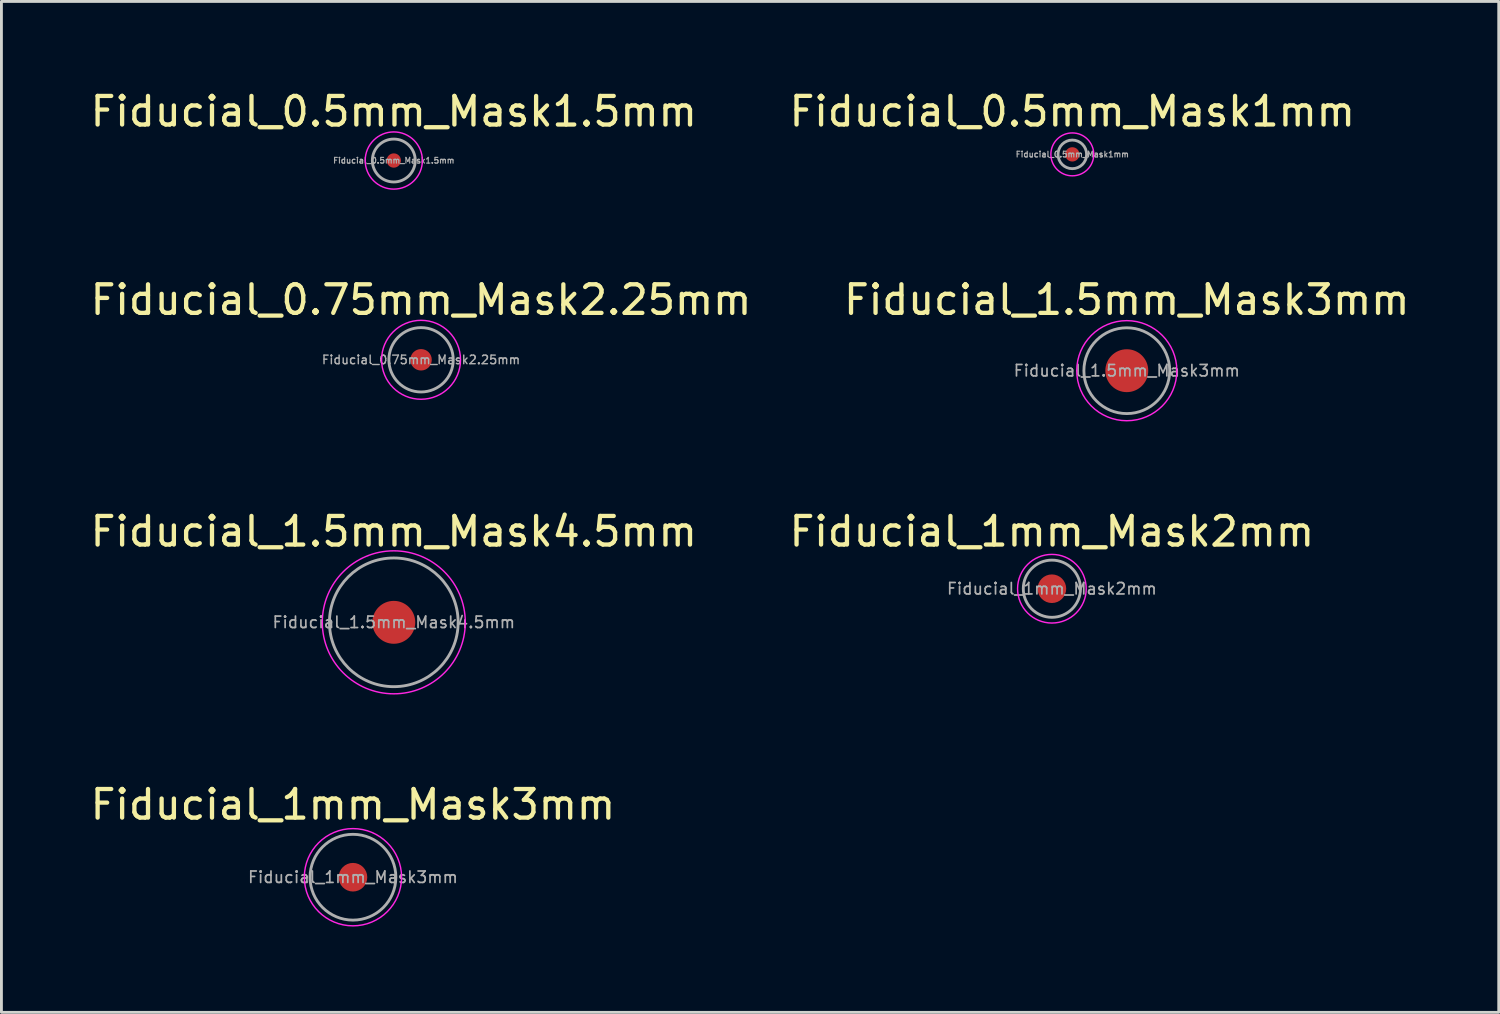
<source format=kicad_pcb>
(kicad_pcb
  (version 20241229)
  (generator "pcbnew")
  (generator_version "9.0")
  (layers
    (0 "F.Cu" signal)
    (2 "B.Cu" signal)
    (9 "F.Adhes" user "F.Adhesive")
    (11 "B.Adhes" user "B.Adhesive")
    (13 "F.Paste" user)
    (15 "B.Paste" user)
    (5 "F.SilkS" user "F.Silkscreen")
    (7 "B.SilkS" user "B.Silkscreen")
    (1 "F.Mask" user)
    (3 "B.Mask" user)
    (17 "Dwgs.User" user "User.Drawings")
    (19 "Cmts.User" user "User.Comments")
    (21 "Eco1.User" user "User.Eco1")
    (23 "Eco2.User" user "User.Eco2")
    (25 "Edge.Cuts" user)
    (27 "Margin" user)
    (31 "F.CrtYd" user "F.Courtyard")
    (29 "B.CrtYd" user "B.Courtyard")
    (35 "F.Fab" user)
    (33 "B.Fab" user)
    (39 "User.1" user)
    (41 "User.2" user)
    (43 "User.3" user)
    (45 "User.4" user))
  (footprint "Fiducial_0.75mm_Mask2.25mm"
    (layer "F.Cu")
    (at 11.673 9.531)
    (property "Reference" "Fiducial_0.75mm_Mask2.25mm" (at 0 -2.095 0) (layer "F.SilkS") (effects (font (size 1 1) (thickness 0.15))))
    (attr smd)
    (fp_circle (center 0 0) (end 1.38 0) (stroke (width 0.05) (type solid)) (fill no) (layer "F.CrtYd"))
    (fp_circle (center 0 0) (end 1.125 0) (stroke (width 0.1) (type solid)) (fill no) (layer "F.Fab"))
    (fp_text user "${REFERENCE}" (at 0 0 0) (layer "F.Fab") (effects (font (size 0.3 0.3) (thickness 0.05))))
    (pad "" smd circle (at 0 0) (size 0.75 0.75) (layers "F.Cu" "F.Mask")))
  (footprint "Fiducial_1.5mm_Mask4.5mm"
    (layer "F.Cu")
    (at 10.72 18.711)
    (property "Reference" "Fiducial_1.5mm_Mask4.5mm" (at 0 -3.175 0) (layer "F.SilkS") (effects (font (size 1 1) (thickness 0.15))))
    (attr smd)
    (fp_circle (center 0 0) (end 2.5 0) (stroke (width 0.05) (type solid)) (fill no) (layer "F.CrtYd"))
    (fp_circle (center 0 0) (end 2.25 0) (stroke (width 0.1) (type solid)) (fill no) (layer "F.Fab"))
    (fp_text user "${REFERENCE}" (at 0 0 0) (layer "F.Fab") (effects (font (size 0.4 0.4) (thickness 0.06))))
    (pad "" smd circle (at 0 0) (size 1.5 1.5) (layers "F.Cu" "F.Mask")))
  (footprint "Fiducial_1mm_Mask2mm"
    (layer "F.Cu")
    (at 33.732 17.536)
    (property "Reference" "Fiducial_1mm_Mask2mm" (at 0 -2 0) (layer "F.SilkS") (effects (font (size 1 1) (thickness 0.15))))
    (attr smd)
    (fp_circle (center 0 0) (end 1.2 0) (stroke (width 0.05) (type solid)) (fill no) (layer "F.CrtYd"))
    (fp_circle (center 0 0) (end 1 0) (stroke (width 0.1) (type solid)) (fill no) (layer "F.Fab"))
    (fp_text user "${REFERENCE}" (at 0 0 0) (layer "F.Fab") (effects (font (size 0.4 0.4) (thickness 0.06))))
    (pad "" smd circle (at 0 0) (size 1 1) (layers "F.Cu" "F.Mask")))
  (footprint "Fiducial_0.5mm_Mask1mm"
    (layer "F.Cu")
    (at 34.446 2.348)
    (property "Reference" "Fiducial_0.5mm_Mask1mm" (at 0 -1.5 0) (layer "F.SilkS") (effects (font (size 1 1) (thickness 0.15))))
    (attr smd)
    (fp_circle (center 0 0) (end 0.75 0) (stroke (width 0.05) (type solid)) (fill no) (layer "F.CrtYd"))
    (fp_circle (center 0 0) (end 0.5 0) (stroke (width 0.1) (type solid)) (fill no) (layer "F.Fab"))
    (fp_text user "${REFERENCE}" (at 0 0 0) (layer "F.Fab") (effects (font (size 0.2 0.2) (thickness 0.04))))
    (pad "" smd circle (at 0 0) (size 0.5 0.5) (layers "F.Cu" "F.Mask")))
  (footprint "Fiducial_0.5mm_Mask1.5mm"
    (layer "F.Cu")
    (at 10.72 2.563)
    (property "Reference" "Fiducial_0.5mm_Mask1.5mm" (at 0 -1.714 0) (layer "F.SilkS") (effects (font (size 1 1) (thickness 0.15))))
    (attr smd)
    (fp_circle (center 0 0) (end 1 0) (stroke (width 0.05) (type solid)) (fill no) (layer "F.CrtYd"))
    (fp_circle (center 0 0) (end 0.75 0) (stroke (width 0.1) (type solid)) (fill no) (layer "F.Fab"))
    (fp_text user "${REFERENCE}" (at 0 0 0) (layer "F.Fab") (effects (font (size 0.2 0.2) (thickness 0.04))))
    (pad "" smd circle (at 0 0) (size 0.5 0.5) (layers "F.Cu" "F.Mask")))
  (footprint "Fiducial_1mm_Mask3mm"
    (layer "F.Cu")
    (at 9.292 27.624)
    (property "Reference" "Fiducial_1mm_Mask3mm" (at 0 -2.54 0) (layer "F.SilkS") (effects (font (size 1 1) (thickness 0.15))))
    (attr smd)
    (fp_circle (center 0 0) (end 1.7 0) (stroke (width 0.05) (type solid)) (fill no) (layer "F.CrtYd"))
    (fp_circle (center 0 0) (end 1.5 0) (stroke (width 0.1) (type solid)) (fill no) (layer "F.Fab"))
    (fp_text user "${REFERENCE}" (at 0 0 0) (layer "F.Fab") (effects (font (size 0.4 0.4) (thickness 0.06))))
    (pad "" smd circle (at 0 0) (size 1 1) (layers "F.Cu" "F.Mask")))
  (footprint "Fiducial_1.5mm_Mask3mm"
    (layer "F.Cu")
    (at 36.351 9.912)
    (property "Reference" "Fiducial_1.5mm_Mask3mm" (at 0 -2.477 0) (layer "F.SilkS") (effects (font (size 1 1) (thickness 0.15))))
    (attr smd)
    (fp_circle (center 0 0) (end 1.75 0) (stroke (width 0.05) (type solid)) (fill no) (layer "F.CrtYd"))
    (fp_circle (center 0 0) (end 1.5 0) (stroke (width 0.1) (type solid)) (fill no) (layer "F.Fab"))
    (fp_text user "${REFERENCE}" (at 0 0 0) (layer "F.Fab") (effects (font (size 0.4 0.4) (thickness 0.06))))
    (pad "" smd circle (at 0 0) (size 1.5 1.5) (layers "F.Cu" "F.Mask")))
  (gr_rect
    (start -3 -3)
    (end 49.357 32.349)
    (stroke (width 0.1) (type default))
    (fill no)
    (layer "Edge.Cuts")))
</source>
